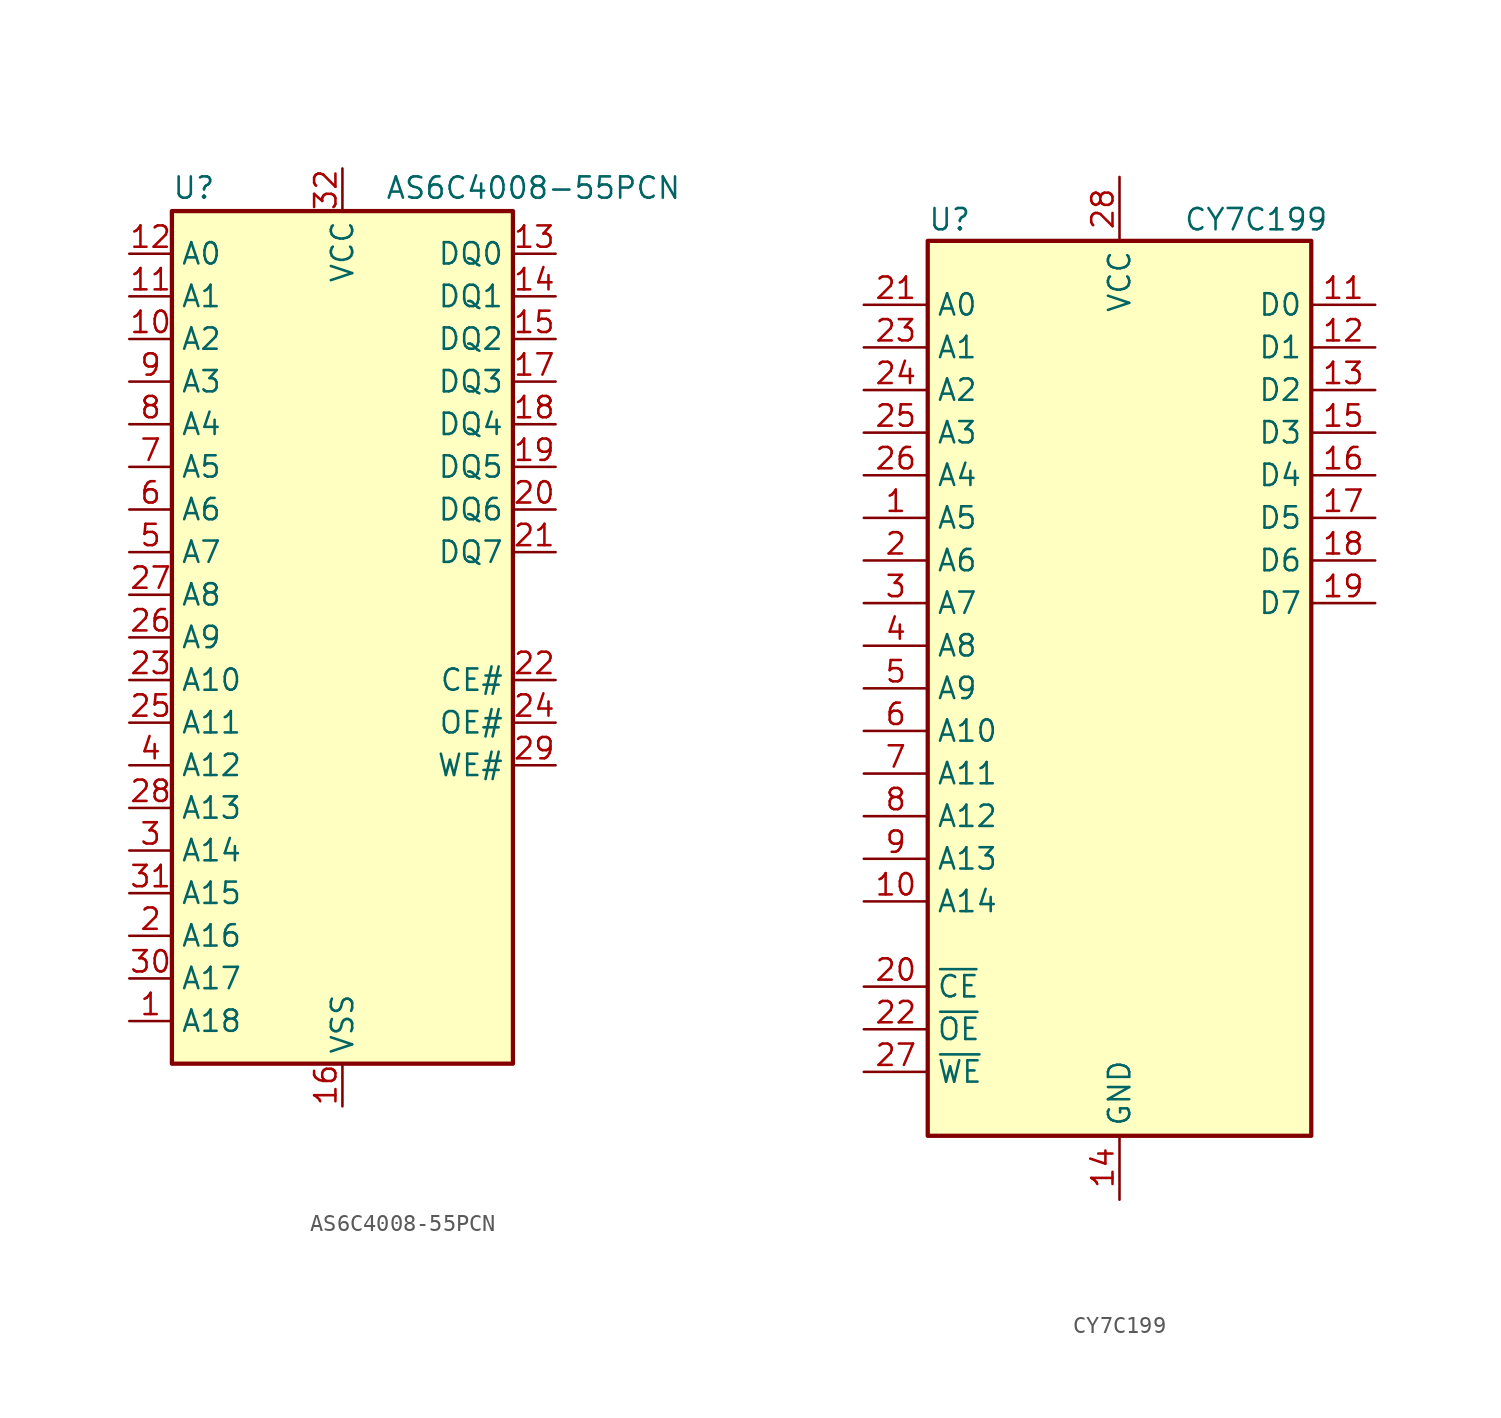
<source format=kicad_sym>
(kicad_symbol_lib
  (version 20231120)
  (generator "kicad_symbol_editor")
  (generator_version "8.0")
  (symbol "AS6C4008-55PCN"
    (property "Reference" "U"
      (at -10.16 26.035 0)
      (effects (font (size 1.27 1.27)) (justify left bottom)))
    (property "Value" "AS6C4008-55PCN"
      (at 2.54 26.035 0)
      (effects (font (size 1.27 1.27)) (justify left bottom)))
    (symbol "AS6C4008-55PCN_0_0"
      (pin power_in line (at 0 -27.94 90) (length 2.54) (name "VSS" (effects (font (size 1.27 1.27)))) (number "16" (effects (font (size 1.27 1.27)))))
      (pin power_in line (at 0 27.94 270) (length 2.54) (name "VCC" (effects (font (size 1.27 1.27)))) (number "32" (effects (font (size 1.27 1.27))))))
    (symbol "AS6C4008-55PCN_0_1"
      (rectangle (start -10.16 25.4) (end 10.16 -25.4) (stroke (width 0.254) (type default)) (fill (type background))))
    (symbol "AS6C4008-55PCN_1_1"
      (pin input line (at -12.7 -22.86 0) (length 2.54) (name "A18" (effects (font (size 1.27 1.27)))) (number "1" (effects (font (size 1.27 1.27)))))
      (pin input line (at -12.7 17.78 0) (length 2.54) (name "A2" (effects (font (size 1.27 1.27)))) (number "10" (effects (font (size 1.27 1.27)))))
      (pin input line (at -12.7 20.32 0) (length 2.54) (name "A1" (effects (font (size 1.27 1.27)))) (number "11" (effects (font (size 1.27 1.27)))))
      (pin input line (at -12.7 22.86 0) (length 2.54) (name "A0" (effects (font (size 1.27 1.27)))) (number "12" (effects (font (size 1.27 1.27)))))
      (pin tri_state line (at 12.7 22.86 180) (length 2.54) (name "DQ0" (effects (font (size 1.27 1.27)))) (number "13" (effects (font (size 1.27 1.27)))))
      (pin tri_state line (at 12.7 20.32 180) (length 2.54) (name "DQ1" (effects (font (size 1.27 1.27)))) (number "14" (effects (font (size 1.27 1.27)))))
      (pin tri_state line (at 12.7 17.78 180) (length 2.54) (name "DQ2" (effects (font (size 1.27 1.27)))) (number "15" (effects (font (size 1.27 1.27)))))
      (pin tri_state line (at 12.7 15.24 180) (length 2.54) (name "DQ3" (effects (font (size 1.27 1.27)))) (number "17" (effects (font (size 1.27 1.27)))))
      (pin tri_state line (at 12.7 12.7 180) (length 2.54) (name "DQ4" (effects (font (size 1.27 1.27)))) (number "18" (effects (font (size 1.27 1.27)))))
      (pin tri_state line (at 12.7 10.16 180) (length 2.54) (name "DQ5" (effects (font (size 1.27 1.27)))) (number "19" (effects (font (size 1.27 1.27)))))
      (pin input line (at -12.7 -17.78 0) (length 2.54) (name "A16" (effects (font (size 1.27 1.27)))) (number "2" (effects (font (size 1.27 1.27)))))
      (pin tri_state line (at 12.7 7.62 180) (length 2.54) (name "DQ6" (effects (font (size 1.27 1.27)))) (number "20" (effects (font (size 1.27 1.27)))))
      (pin tri_state line (at 12.7 5.08 180) (length 2.54) (name "DQ7" (effects (font (size 1.27 1.27)))) (number "21" (effects (font (size 1.27 1.27)))))
      (pin input line (at 12.7 -2.54 180) (length 2.54) (name "CE#" (effects (font (size 1.27 1.27)))) (number "22" (effects (font (size 1.27 1.27)))))
      (pin input line (at -12.7 -2.54 0) (length 2.54) (name "A10" (effects (font (size 1.27 1.27)))) (number "23" (effects (font (size 1.27 1.27)))))
      (pin input line (at 12.7 -5.08 180) (length 2.54) (name "OE#" (effects (font (size 1.27 1.27)))) (number "24" (effects (font (size 1.27 1.27)))))
      (pin input line (at -12.7 -5.08 0) (length 2.54) (name "A11" (effects (font (size 1.27 1.27)))) (number "25" (effects (font (size 1.27 1.27)))))
      (pin input line (at -12.7 0 0) (length 2.54) (name "A9" (effects (font (size 1.27 1.27)))) (number "26" (effects (font (size 1.27 1.27)))))
      (pin input line (at -12.7 2.54 0) (length 2.54) (name "A8" (effects (font (size 1.27 1.27)))) (number "27" (effects (font (size 1.27 1.27)))))
      (pin input line (at -12.7 -10.16 0) (length 2.54) (name "A13" (effects (font (size 1.27 1.27)))) (number "28" (effects (font (size 1.27 1.27)))))
      (pin input line (at 12.7 -7.62 180) (length 2.54) (name "WE#" (effects (font (size 1.27 1.27)))) (number "29" (effects (font (size 1.27 1.27)))))
      (pin input line (at -12.7 -12.7 0) (length 2.54) (name "A14" (effects (font (size 1.27 1.27)))) (number "3" (effects (font (size 1.27 1.27)))))
      (pin input line (at -12.7 -20.32 0) (length 2.54) (name "A17" (effects (font (size 1.27 1.27)))) (number "30" (effects (font (size 1.27 1.27)))))
      (pin input line (at -12.7 -15.24 0) (length 2.54) (name "A15" (effects (font (size 1.27 1.27)))) (number "31" (effects (font (size 1.27 1.27)))))
      (pin input line (at -12.7 -7.62 0) (length 2.54) (name "A12" (effects (font (size 1.27 1.27)))) (number "4" (effects (font (size 1.27 1.27)))))
      (pin input line (at -12.7 5.08 0) (length 2.54) (name "A7" (effects (font (size 1.27 1.27)))) (number "5" (effects (font (size 1.27 1.27)))))
      (pin input line (at -12.7 7.62 0) (length 2.54) (name "A6" (effects (font (size 1.27 1.27)))) (number "6" (effects (font (size 1.27 1.27)))))
      (pin input line (at -12.7 10.16 0) (length 2.54) (name "A5" (effects (font (size 1.27 1.27)))) (number "7" (effects (font (size 1.27 1.27)))))
      (pin input line (at -12.7 12.7 0) (length 2.54) (name "A4" (effects (font (size 1.27 1.27)))) (number "8" (effects (font (size 1.27 1.27)))))
      (pin input line (at -12.7 15.24 0) (length 2.54) (name "A3" (effects (font (size 1.27 1.27)))) (number "9" (effects (font (size 1.27 1.27)))))))
  (symbol "CY7C199"
    (property "Reference" "U"
      (at -11.43 27.94 0)
      (effects (font (size 1.27 1.27)) (justify left)))
    (property "Value" "CY7C199"
      (at 3.81 27.94 0)
      (effects (font (size 1.27 1.27)) (justify left)))
    (symbol "CY7C199_0_0"
      (pin power_in line (at 0 -30.48 90) (length 3.81) (name "GND" (effects (font (size 1.27 1.27)))) (number "14" (effects (font (size 1.27 1.27)))))
      (pin power_in line (at 0 30.48 270) (length 3.81) (name "VCC" (effects (font (size 1.27 1.27)))) (number "28" (effects (font (size 1.27 1.27))))))
    (symbol "CY7C199_0_1"
      (rectangle (start -11.43 26.67) (end 11.43 -26.67) (stroke (width 0.254) (type default)) (fill (type background))))
    (symbol "CY7C199_1_1"
      (pin input line (at -15.24 10.16 0) (length 3.81) (name "A5" (effects (font (size 1.27 1.27)))) (number "1" (effects (font (size 1.27 1.27)))))
      (pin input line (at -15.24 -12.7 0) (length 3.81) (name "A14" (effects (font (size 1.27 1.27)))) (number "10" (effects (font (size 1.27 1.27)))))
      (pin tri_state line (at 15.24 22.86 180) (length 3.81) (name "D0" (effects (font (size 1.27 1.27)))) (number "11" (effects (font (size 1.27 1.27)))))
      (pin tri_state line (at 15.24 20.32 180) (length 3.81) (name "D1" (effects (font (size 1.27 1.27)))) (number "12" (effects (font (size 1.27 1.27)))))
      (pin tri_state line (at 15.24 17.78 180) (length 3.81) (name "D2" (effects (font (size 1.27 1.27)))) (number "13" (effects (font (size 1.27 1.27)))))
      (pin tri_state line (at 15.24 15.24 180) (length 3.81) (name "D3" (effects (font (size 1.27 1.27)))) (number "15" (effects (font (size 1.27 1.27)))))
      (pin tri_state line (at 15.24 12.7 180) (length 3.81) (name "D4" (effects (font (size 1.27 1.27)))) (number "16" (effects (font (size 1.27 1.27)))))
      (pin tri_state line (at 15.24 10.16 180) (length 3.81) (name "D5" (effects (font (size 1.27 1.27)))) (number "17" (effects (font (size 1.27 1.27)))))
      (pin tri_state line (at 15.24 7.62 180) (length 3.81) (name "D6" (effects (font (size 1.27 1.27)))) (number "18" (effects (font (size 1.27 1.27)))))
      (pin tri_state line (at 15.24 5.08 180) (length 3.81) (name "D7" (effects (font (size 1.27 1.27)))) (number "19" (effects (font (size 1.27 1.27)))))
      (pin input line (at -15.24 7.62 0) (length 3.81) (name "A6" (effects (font (size 1.27 1.27)))) (number "2" (effects (font (size 1.27 1.27)))))
      (pin input line (at -15.24 -17.78 0) (length 3.81) (name "~{CE}" (effects (font (size 1.27 1.27)))) (number "20" (effects (font (size 1.27 1.27)))))
      (pin input line (at -15.24 22.86 0) (length 3.81) (name "A0" (effects (font (size 1.27 1.27)))) (number "21" (effects (font (size 1.27 1.27)))))
      (pin input line (at -15.24 -20.32 0) (length 3.81) (name "~{OE}" (effects (font (size 1.27 1.27)))) (number "22" (effects (font (size 1.27 1.27)))))
      (pin input line (at -15.24 20.32 0) (length 3.81) (name "A1" (effects (font (size 1.27 1.27)))) (number "23" (effects (font (size 1.27 1.27)))))
      (pin input line (at -15.24 17.78 0) (length 3.81) (name "A2" (effects (font (size 1.27 1.27)))) (number "24" (effects (font (size 1.27 1.27)))))
      (pin input line (at -15.24 15.24 0) (length 3.81) (name "A3" (effects (font (size 1.27 1.27)))) (number "25" (effects (font (size 1.27 1.27)))))
      (pin input line (at -15.24 12.7 0) (length 3.81) (name "A4" (effects (font (size 1.27 1.27)))) (number "26" (effects (font (size 1.27 1.27)))))
      (pin input line (at -15.24 -22.86 0) (length 3.81) (name "~{WE}" (effects (font (size 1.27 1.27)))) (number "27" (effects (font (size 1.27 1.27)))))
      (pin input line (at -15.24 5.08 0) (length 3.81) (name "A7" (effects (font (size 1.27 1.27)))) (number "3" (effects (font (size 1.27 1.27)))))
      (pin input line (at -15.24 2.54 0) (length 3.81) (name "A8" (effects (font (size 1.27 1.27)))) (number "4" (effects (font (size 1.27 1.27)))))
      (pin input line (at -15.24 0 0) (length 3.81) (name "A9" (effects (font (size 1.27 1.27)))) (number "5" (effects (font (size 1.27 1.27)))))
      (pin input line (at -15.24 -2.54 0) (length 3.81) (name "A10" (effects (font (size 1.27 1.27)))) (number "6" (effects (font (size 1.27 1.27)))))
      (pin input line (at -15.24 -5.08 0) (length 3.81) (name "A11" (effects (font (size 1.27 1.27)))) (number "7" (effects (font (size 1.27 1.27)))))
      (pin input line (at -15.24 -7.62 0) (length 3.81) (name "A12" (effects (font (size 1.27 1.27)))) (number "8" (effects (font (size 1.27 1.27)))))
      (pin input line (at -15.24 -10.16 0) (length 3.81) (name "A13" (effects (font (size 1.27 1.27)))) (number "9" (effects (font (size 1.27 1.27))))))))
</source>
